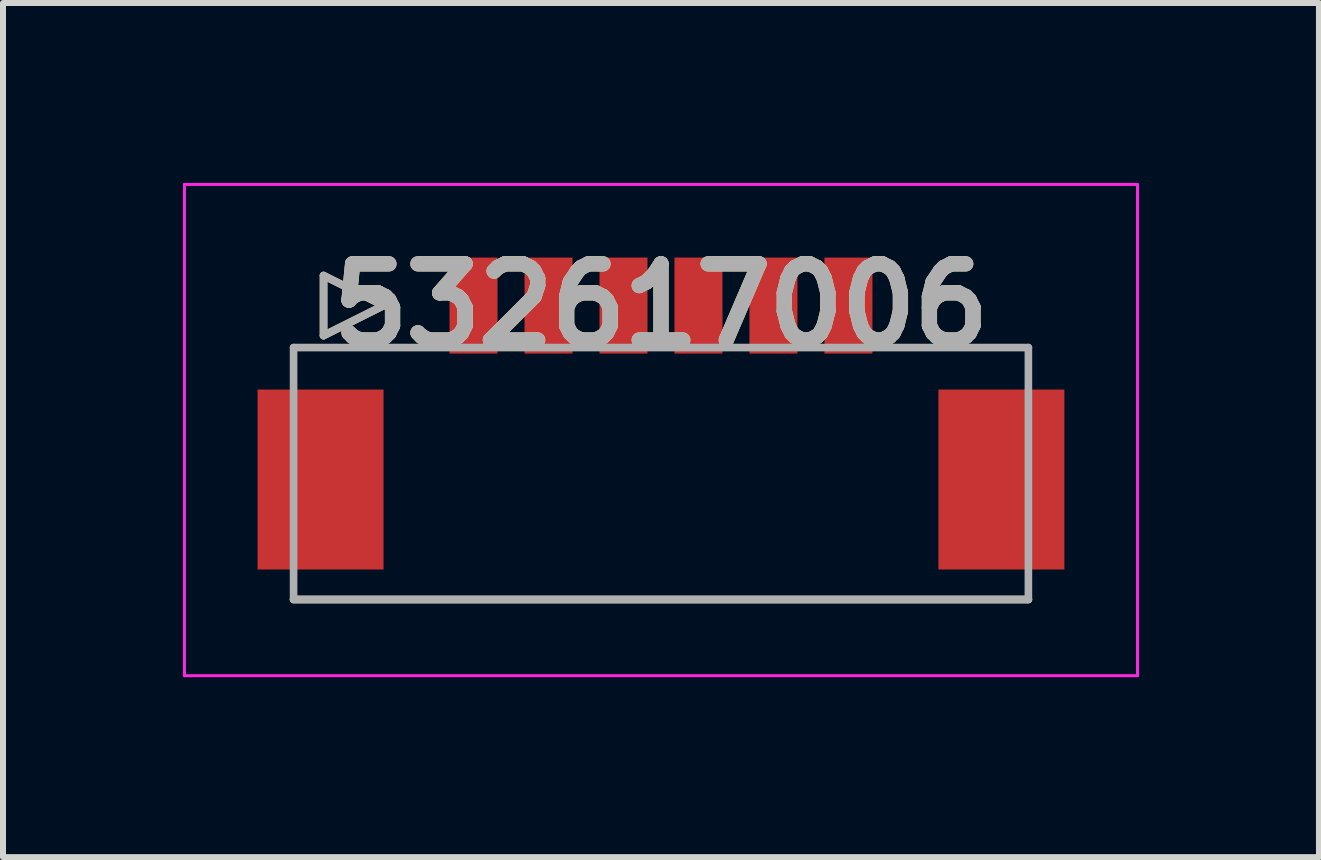
<source format=kicad_pcb>
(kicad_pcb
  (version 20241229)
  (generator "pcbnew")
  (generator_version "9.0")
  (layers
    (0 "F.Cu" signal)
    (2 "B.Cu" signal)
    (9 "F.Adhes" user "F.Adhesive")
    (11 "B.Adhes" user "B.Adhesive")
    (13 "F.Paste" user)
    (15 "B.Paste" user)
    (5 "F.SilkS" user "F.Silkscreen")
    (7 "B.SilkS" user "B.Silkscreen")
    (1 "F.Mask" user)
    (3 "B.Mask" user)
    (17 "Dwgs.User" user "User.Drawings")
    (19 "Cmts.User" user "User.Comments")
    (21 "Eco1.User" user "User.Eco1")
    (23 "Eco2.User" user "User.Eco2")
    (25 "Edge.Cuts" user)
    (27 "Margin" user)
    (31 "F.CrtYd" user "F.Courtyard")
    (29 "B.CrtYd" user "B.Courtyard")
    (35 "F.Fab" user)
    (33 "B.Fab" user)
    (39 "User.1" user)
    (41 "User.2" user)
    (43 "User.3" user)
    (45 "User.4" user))
  (footprint "532617006"
    (layer "F.Cu")
    (at 7.969 2.044)
    (property "Reference" "532617006" (at 0 0 0) (layer "F.SilkS") (effects (font (size 1.27 1.27) (thickness 0.254))))
    (attr smd)
    (fp_line (start -5.625 -0.5) (end -4.625 0) (stroke (width 0.127) (type solid)) (layer "F.SilkS"))
    (fp_line (start -5.625 0.5) (end -5.625 -0.5) (stroke (width 0.127) (type solid)) (layer "F.SilkS"))
    (fp_line (start -4.625 0) (end -5.625 0.5) (stroke (width 0.127) (type solid)) (layer "F.SilkS"))
    (fp_line (start 6.125 4.9) (end -6.125 4.9) (stroke (width 0.127) (type solid)) (layer "F.SilkS"))
    (fp_line (start -7.944 -2.019) (end 7.944 -2.019) (stroke (width 0.05) (type solid)) (layer "F.CrtYd"))
    (fp_line (start -7.944 6.17) (end -7.944 -2.019) (stroke (width 0.05) (type solid)) (layer "F.CrtYd"))
    (fp_line (start 7.944 -2.019) (end 7.944 6.17) (stroke (width 0.05) (type solid)) (layer "F.CrtYd"))
    (fp_line (start 7.944 6.17) (end -7.944 6.17) (stroke (width 0.05) (type solid)) (layer "F.CrtYd"))
    (fp_line (start -6.125 0.7) (end 6.125 0.7) (stroke (width 0.127) (type solid)) (layer "F.Fab"))
    (fp_line (start -6.125 4.9) (end -6.125 0.7) (stroke (width 0.127) (type solid)) (layer "F.Fab"))
    (fp_line (start -5.625 -0.5) (end -4.625 0) (stroke (width 0.127) (type solid)) (layer "F.Fab"))
    (fp_line (start -5.625 0.5) (end -5.625 -0.5) (stroke (width 0.127) (type solid)) (layer "F.Fab"))
    (fp_line (start -4.625 0) (end -5.625 0.5) (stroke (width 0.127) (type solid)) (layer "F.Fab"))
    (fp_line (start 6.125 0.7) (end 6.125 4.9) (stroke (width 0.127) (type solid)) (layer "F.Fab"))
    (fp_line (start 6.125 4.9) (end -6.125 4.9) (stroke (width 0.127) (type solid)) (layer "F.Fab"))
    (fp_text user "${REFERENCE}" (at 0 0 0) (layer "F.Fab") (effects (font (size 1.27 1.27) (thickness 0.254))))
    (pad "1" smd rect (at -3.125 0) (size 0.8 1.6) (layers "F.Cu" "F.Mask" "F.Paste"))
    (pad "2" smd rect (at -1.875 0) (size 0.8 1.6) (layers "F.Cu" "F.Mask" "F.Paste"))
    (pad "3" smd rect (at -0.625 0) (size 0.8 1.6) (layers "F.Cu" "F.Mask" "F.Paste"))
    (pad "4" smd rect (at 0.625 0) (size 0.8 1.6) (layers "F.Cu" "F.Mask" "F.Paste"))
    (pad "5" smd rect (at 1.875 0) (size 0.8 1.6) (layers "F.Cu" "F.Mask" "F.Paste"))
    (pad "6" smd rect (at 3.125 0) (size 0.8 1.6) (layers "F.Cu" "F.Mask" "F.Paste"))
    (pad "7" smd rect (at -5.675 2.9) (size 2.1 3) (layers "F.Cu" "F.Mask" "F.Paste"))
    (pad "8" smd rect (at 5.675 2.9) (size 2.1 3) (layers "F.Cu" "F.Mask" "F.Paste")))
  (gr_rect
    (start -3 -3)
    (end 18.938 11.239)
    (stroke (width 0.1) (type default))
    (fill no)
    (layer "Edge.Cuts")))
</source>
